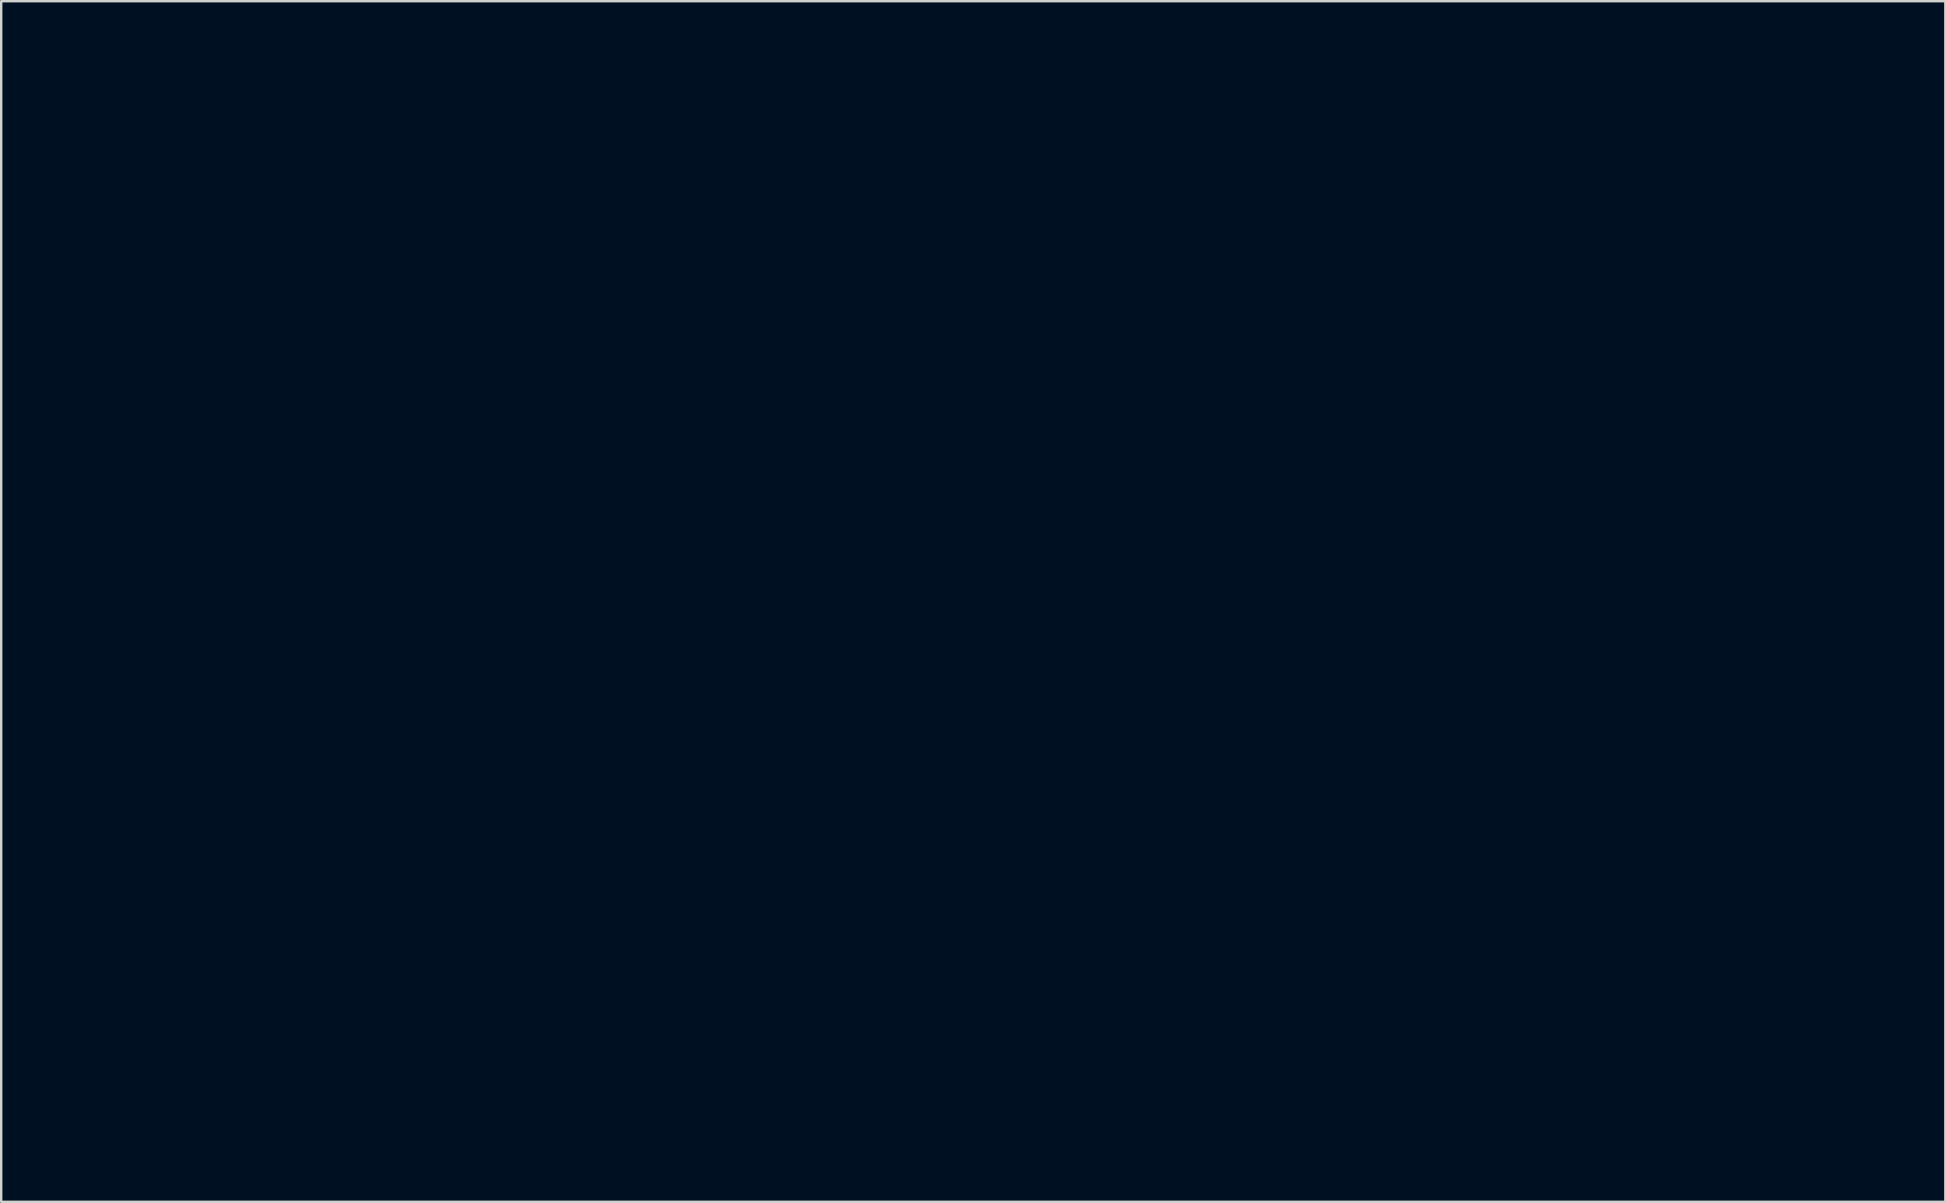
<source format=kicad_pcb>
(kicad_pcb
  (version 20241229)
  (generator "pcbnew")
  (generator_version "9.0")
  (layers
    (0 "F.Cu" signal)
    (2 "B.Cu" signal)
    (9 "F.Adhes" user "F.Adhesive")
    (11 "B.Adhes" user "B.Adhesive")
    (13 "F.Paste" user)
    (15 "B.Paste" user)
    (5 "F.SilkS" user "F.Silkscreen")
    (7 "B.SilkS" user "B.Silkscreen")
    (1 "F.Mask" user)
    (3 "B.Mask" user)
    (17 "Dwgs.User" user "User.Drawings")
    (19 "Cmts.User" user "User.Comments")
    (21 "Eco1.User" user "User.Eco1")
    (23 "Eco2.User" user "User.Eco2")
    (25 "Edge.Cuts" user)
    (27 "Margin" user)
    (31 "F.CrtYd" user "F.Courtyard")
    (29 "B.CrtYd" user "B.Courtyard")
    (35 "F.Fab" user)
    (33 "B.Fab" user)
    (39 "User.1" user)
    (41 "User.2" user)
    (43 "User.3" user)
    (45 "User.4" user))
  (footprint "Artwork_Ebay_2.42_inch_OLED_Display"
    (layer "F.Cu")
    (at 37.512 22.018)
    (property "Reference" "Artwork_Ebay_2.42_inch_OLED_Display" (at 0 -2 0) (layer "Eco1.User") (effects (font (size 1.524 1.524) (thickness 0.3))))
    (attr through_hole)
    (fp_poly (pts (xy 35.72 18.459) (xy 36.076 18.569) (xy 36.376 18.742) (xy 36.625 18.981) (xy 36.718 19.105) (xy 36.889 19.429) (xy 36.98 19.768) (xy 36.992 20.112) (xy 36.922 20.453) (xy 36.773 20.779) (xy 36.744 20.824) (xy 36.521 21.096) (xy 36.247 21.308) (xy 35.936 21.455) (xy 35.602 21.531) (xy 35.257 21.532) (xy 35.084 21.502) (xy 34.802 21.398) (xy 34.531 21.23) (xy 34.29 21.014) (xy 34.101 20.769) (xy 34.031 20.635) (xy 33.929 20.317) (xy 33.893 19.982) (xy 33.893 19.981) (xy 34.015 19.981) (xy 34.018 20.181) (xy 34.029 20.323) (xy 34.056 20.438) (xy 34.102 20.553) (xy 34.139 20.629) (xy 34.331 20.92) (xy 34.574 21.15) (xy 34.856 21.315) (xy 35.167 21.41) (xy 35.495 21.432) (xy 35.829 21.376) (xy 36.047 21.296) (xy 36.349 21.116) (xy 36.588 20.881) (xy 36.762 20.59) (xy 36.853 20.327) (xy 36.896 19.992) (xy 36.859 19.663) (xy 36.745 19.35) (xy 36.558 19.067) (xy 36.421 18.924) (xy 36.164 18.727) (xy 35.898 18.606) (xy 35.602 18.553) (xy 35.37 18.552) (xy 35.015 18.607) (xy 34.707 18.731) (xy 34.446 18.927) (xy 34.229 19.194) (xy 34.159 19.313) (xy 34.091 19.445) (xy 34.048 19.553) (xy 34.026 19.664) (xy 34.016 19.807) (xy 34.015 19.981) (xy 33.893 19.981) (xy 33.91 19.74) (xy 34.004 19.41) (xy 34.164 19.115) (xy 34.381 18.862) (xy 34.643 18.661) (xy 34.939 18.518) (xy 35.258 18.442) (xy 35.59 18.439) (xy 35.72 18.459)) (stroke (width 0.01) (type solid)) (fill no) (layer "Eco1.User"))
    (fp_poly (pts (xy -35.158 18.462) (xy -34.849 18.557) (xy -34.565 18.714) (xy -34.317 18.925) (xy -34.116 19.186) (xy -33.973 19.491) (xy -33.91 19.744) (xy -33.893 20.091) (xy -33.954 20.422) (xy -34.083 20.728) (xy -34.273 20.998) (xy -34.516 21.223) (xy -34.805 21.393) (xy -35.132 21.5) (xy -35.361 21.53) (xy -35.605 21.531) (xy -35.814 21.497) (xy -35.903 21.47) (xy -36.24 21.317) (xy -36.522 21.104) (xy -36.743 20.838) (xy -36.898 20.526) (xy -36.98 20.176) (xy -36.986 20.115) (xy -36.985 20.087) (xy -36.894 20.087) (xy -36.838 20.393) (xy -36.717 20.683) (xy -36.53 20.944) (xy -36.281 21.166) (xy -36.092 21.28) (xy -35.774 21.4) (xy -35.443 21.436) (xy -35.097 21.39) (xy -34.895 21.328) (xy -34.648 21.198) (xy -34.415 21.005) (xy -34.221 20.769) (xy -34.14 20.631) (xy -34.08 20.503) (xy -34.043 20.392) (xy -34.023 20.269) (xy -34.016 20.107) (xy -34.015 19.981) (xy -34.017 19.787) (xy -34.027 19.649) (xy -34.052 19.54) (xy -34.098 19.431) (xy -34.159 19.313) (xy -34.36 19.018) (xy -34.605 18.796) (xy -34.894 18.645) (xy -35.231 18.564) (xy -35.37 18.552) (xy -35.697 18.562) (xy -35.982 18.636) (xy -36.243 18.779) (xy -36.421 18.924) (xy -36.647 19.183) (xy -36.8 19.47) (xy -36.881 19.775) (xy -36.894 20.087) (xy -36.985 20.087) (xy -36.976 19.757) (xy -36.887 19.42) (xy -36.726 19.115) (xy -36.498 18.85) (xy -36.208 18.637) (xy -36.129 18.594) (xy -35.809 18.474) (xy -35.481 18.432) (xy -35.158 18.462)) (stroke (width 0.01) (type solid)) (fill no) (layer "Eco1.User"))
    (fp_poly (pts (xy 35.814 -21.491) (xy 36.106 -21.387) (xy 36.373 -21.228) (xy 36.605 -21.016) (xy 36.791 -20.757) (xy 36.922 -20.453) (xy 36.986 -20.115) (xy 36.976 -19.758) (xy 36.891 -19.424) (xy 36.735 -19.124) (xy 36.518 -18.867) (xy 36.245 -18.661) (xy 35.924 -18.516) (xy 35.71 -18.461) (xy 35.549 -18.433) (xy 35.433 -18.423) (xy 35.326 -18.429) (xy 35.188 -18.452) (xy 35.139 -18.461) (xy 34.814 -18.566) (xy 34.525 -18.738) (xy 34.28 -18.966) (xy 34.089 -19.239) (xy 33.957 -19.545) (xy 33.895 -19.873) (xy 33.899 -19.981) (xy 34.015 -19.981) (xy 34.018 -19.781) (xy 34.03 -19.639) (xy 34.056 -19.527) (xy 34.1 -19.419) (xy 34.129 -19.363) (xy 34.316 -19.071) (xy 34.54 -18.847) (xy 34.816 -18.678) (xy 35.003 -18.601) (xy 35.215 -18.555) (xy 35.469 -18.545) (xy 35.728 -18.57) (xy 35.957 -18.629) (xy 35.96 -18.63) (xy 36.253 -18.782) (xy 36.499 -18.995) (xy 36.691 -19.257) (xy 36.824 -19.553) (xy 36.889 -19.871) (xy 36.88 -20.196) (xy 36.853 -20.327) (xy 36.73 -20.654) (xy 36.543 -20.933) (xy 36.303 -21.157) (xy 36.019 -21.319) (xy 35.701 -21.412) (xy 35.36 -21.431) (xy 35.206 -21.415) (xy 34.875 -21.32) (xy 34.579 -21.154) (xy 34.33 -20.923) (xy 34.14 -20.637) (xy 34.132 -20.622) (xy 34.075 -20.496) (xy 34.04 -20.382) (xy 34.022 -20.252) (xy 34.015 -20.078) (xy 34.015 -19.981) (xy 33.899 -19.981) (xy 33.909 -20.211) (xy 33.909 -20.213) (xy 33.992 -20.533) (xy 34.135 -20.813) (xy 34.331 -21.056) (xy 34.597 -21.282) (xy 34.889 -21.435) (xy 35.195 -21.519) (xy 35.507 -21.536) (xy 35.814 -21.491)) (stroke (width 0.01) (type solid)) (fill no) (layer "Eco1.User"))
    (fp_poly (pts (xy -35.189 -21.518) (xy -34.882 -21.433) (xy -34.591 -21.278) (xy -34.331 -21.056) (xy -34.121 -20.791) (xy -33.983 -20.508) (xy -33.909 -20.213) (xy -33.894 -19.872) (xy -33.956 -19.543) (xy -34.087 -19.238) (xy -34.281 -18.967) (xy -34.529 -18.74) (xy -34.823 -18.568) (xy -35.157 -18.461) (xy -35.174 -18.458) (xy -35.326 -18.431) (xy -35.439 -18.422) (xy -35.547 -18.429) (xy -35.687 -18.455) (xy -35.772 -18.474) (xy -36.111 -18.59) (xy -36.406 -18.771) (xy -36.649 -19.009) (xy -36.832 -19.292) (xy -36.948 -19.613) (xy -36.992 -19.962) (xy -36.987 -20.101) (xy -36.889 -20.101) (xy -36.883 -19.802) (xy -36.813 -19.506) (xy -36.674 -19.224) (xy -36.464 -18.965) (xy -36.421 -18.924) (xy -36.186 -18.739) (xy -35.952 -18.622) (xy -35.692 -18.563) (xy -35.391 -18.554) (xy -35.196 -18.566) (xy -35.051 -18.589) (xy -34.922 -18.632) (xy -34.775 -18.704) (xy -34.765 -18.71) (xy -34.524 -18.863) (xy -34.335 -19.044) (xy -34.175 -19.279) (xy -34.131 -19.358) (xy -34.075 -19.475) (xy -34.041 -19.581) (xy -34.022 -19.705) (xy -34.016 -19.872) (xy -34.015 -19.981) (xy -34.018 -20.18) (xy -34.029 -20.323) (xy -34.055 -20.437) (xy -34.101 -20.552) (xy -34.14 -20.631) (xy -34.333 -20.922) (xy -34.58 -21.152) (xy -34.874 -21.316) (xy -35.205 -21.409) (xy -35.454 -21.429) (xy -35.79 -21.392) (xy -36.088 -21.287) (xy -36.346 -21.125) (xy -36.559 -20.915) (xy -36.723 -20.668) (xy -36.834 -20.393) (xy -36.889 -20.101) (xy -36.987 -20.101) (xy -36.986 -20.115) (xy -36.92 -20.46) (xy -36.788 -20.763) (xy -36.6 -21.021) (xy -36.368 -21.231) (xy -36.101 -21.39) (xy -35.808 -21.493) (xy -35.501 -21.537) (xy -35.189 -21.518)) (stroke (width 0.01) (type solid)) (fill no) (layer "Eco1.User"))
    (fp_poly (pts (xy 32.138 -19.844) (xy 32.316 -19.704) (xy 32.423 -19.545) (xy 32.512 -19.361) (xy 32.502 -0.078) (xy 32.491 19.205) (xy 32.372 19.361) (xy 32.344 19.401) (xy 32.322 19.437) (xy 32.303 19.47) (xy 32.281 19.5) (xy 32.253 19.526) (xy 32.216 19.549) (xy 32.164 19.57) (xy 32.095 19.588) (xy 32.004 19.604) (xy 31.887 19.618) (xy 31.74 19.63) (xy 31.559 19.64) (xy 31.341 19.648) (xy 31.081 19.655) (xy 30.776 19.66) (xy 30.421 19.665) (xy 30.012 19.668) (xy 29.546 19.671) (xy 29.019 19.674) (xy 28.426 19.676) (xy 27.763 19.678) (xy 27.027 19.68) (xy 26.214 19.683) (xy 25.465 19.685) (xy 18.902 19.706) (xy 18.733 19.798) (xy 18.533 19.934) (xy 18.37 20.114) (xy 18.232 20.35) (xy 18.111 20.657) (xy 18.102 20.684) (xy 17.993 20.909) (xy 17.835 21.078) (xy 17.682 21.164) (xy 17.639 21.168) (xy 17.533 21.172) (xy 17.361 21.176) (xy 17.124 21.179) (xy 16.82 21.182) (xy 16.448 21.186) (xy 16.007 21.188) (xy 15.497 21.191) (xy 14.916 21.194) (xy 14.264 21.196) (xy 13.539 21.198) (xy 12.74 21.2) (xy 11.867 21.202) (xy 10.918 21.203) (xy 9.892 21.204) (xy 8.789 21.206) (xy 7.608 21.206) (xy 6.347 21.207) (xy 5.006 21.208) (xy 3.583 21.208) (xy 2.078 21.209) (xy 0.489 21.209) (xy -0.035 21.209) (xy -1.498 21.209) (xy -2.879 21.209) (xy -4.18 21.208) (xy -5.403 21.208) (xy -6.552 21.208) (xy -7.627 21.208) (xy -8.632 21.207) (xy -9.569 21.207) (xy -10.44 21.206) (xy -11.247 21.205) (xy -11.994 21.204) (xy -12.682 21.203) (xy -13.314 21.202) (xy -13.891 21.201) (xy -14.418 21.199) (xy -14.895 21.197) (xy -15.325 21.196) (xy -15.71 21.193) (xy -16.054 21.191) (xy -16.358 21.189) (xy -16.624 21.186) (xy -16.855 21.183) (xy -17.054 21.18) (xy -17.222 21.177) (xy -17.363 21.173) (xy -17.478 21.169) (xy -17.57 21.165) (xy -17.64 21.161) (xy -17.693 21.156) (xy -17.729 21.151) (xy -17.752 21.146) (xy -17.759 21.143) (xy -17.859 21.085) (xy -17.934 21.021) (xy -17.997 20.933) (xy -18.062 20.8) (xy -18.135 20.622) (xy -18.266 20.327) (xy -18.398 20.104) (xy -18.541 19.941) (xy -18.704 19.826) (xy -18.738 19.808) (xy -18.944 19.706) (xy -32.025 19.664) (xy -32.175 19.571) (xy -32.294 19.471) (xy -32.4 19.342) (xy -32.419 19.311) (xy -32.512 19.144) (xy -32.491 -19.355) (xy -32.428 -19.355) (xy -32.417 -0.092) (xy -32.406 19.171) (xy -32.319 19.288) (xy -32.218 19.401) (xy -32.115 19.492) (xy -32.098 19.503) (xy -32.079 19.514) (xy -32.054 19.524) (xy -32.017 19.532) (xy -31.966 19.54) (xy -31.897 19.547) (xy -31.804 19.553) (xy -31.685 19.559) (xy -31.536 19.563) (xy -31.351 19.568) (xy -31.128 19.572) (xy -30.863 19.575) (xy -30.55 19.578) (xy -30.187 19.581) (xy -29.77 19.584) (xy -29.294 19.586) (xy -28.755 19.589) (xy -28.15 19.591) (xy -27.474 19.594) (xy -26.723 19.596) (xy -25.894 19.599) (xy -25.425 19.6) (xy -18.853 19.622) (xy -18.646 19.749) (xy -18.401 19.947) (xy -18.21 20.206) (xy -18.076 20.512) (xy -18.008 20.681) (xy -17.925 20.839) (xy -17.856 20.938) (xy -17.729 21.082) (xy -0.026 21.082) (xy 1.44 21.082) (xy 2.825 21.082) (xy 4.129 21.082) (xy 5.355 21.082) (xy 6.507 21.081) (xy 7.585 21.081) (xy 8.594 21.081) (xy 9.533 21.08) (xy 10.407 21.079) (xy 11.218 21.079) (xy 11.968 21.078) (xy 12.658 21.077) (xy 13.293 21.076) (xy 13.873 21.074) (xy 14.402 21.073) (xy 14.882 21.071) (xy 15.314 21.069) (xy 15.702 21.067) (xy 16.048 21.065) (xy 16.354 21.063) (xy 16.622 21.06) (xy 16.855 21.057) (xy 17.056 21.054) (xy 17.226 21.051) (xy 17.367 21.047) (xy 17.484 21.043) (xy 17.576 21.039) (xy 17.648 21.035) (xy 17.701 21.03) (xy 17.738 21.025) (xy 17.761 21.02) (xy 17.771 21.016) (xy 17.879 20.899) (xy 17.986 20.702) (xy 18.091 20.429) (xy 18.094 20.419) (xy 18.21 20.18) (xy 18.385 19.957) (xy 18.598 19.777) (xy 18.731 19.7) (xy 18.944 19.601) (xy 31.898 19.599) (xy 32.068 19.504) (xy 32.242 19.359) (xy 32.332 19.22) (xy 32.428 19.031) (xy 32.417 -0.197) (xy 32.406 -19.425) (xy 32.318 -19.544) (xy 32.22 -19.651) (xy 32.1 -19.751) (xy 32.089 -19.759) (xy 31.949 -19.854) (xy -31.929 -19.854) (xy -32.088 -19.765) (xy -32.216 -19.666) (xy -32.324 -19.538) (xy -32.338 -19.515) (xy -32.428 -19.355) (xy -32.491 -19.355) (xy -32.491 -19.501) (xy -32.377 -19.651) (xy -32.263 -19.768) (xy -32.128 -19.866) (xy -32.102 -19.88) (xy -32.09 -19.885) (xy -32.076 -19.89) (xy -32.056 -19.894) (xy -32.03 -19.899) (xy -31.995 -19.903) (xy -31.949 -19.907) (xy -31.891 -19.911) (xy -31.819 -19.914) (xy -31.732 -19.918) (xy -31.626 -19.921) (xy -31.502 -19.924) (xy -31.356 -19.927) (xy -31.187 -19.929) (xy -30.993 -19.932) (xy -30.773 -19.934) (xy -30.525 -19.937) (xy -30.246 -19.939) (xy -29.936 -19.941) (xy -29.592 -19.943) (xy -29.212 -19.945) (xy -28.795 -19.946) (xy -28.339 -19.948) (xy -27.842 -19.949) (xy -27.303 -19.95) (xy -26.719 -19.952) (xy -26.089 -19.953) (xy -25.411 -19.954) (xy -24.683 -19.955) (xy -23.904 -19.955) (xy -23.071 -19.956) (xy -22.184 -19.957) (xy -21.239 -19.957) (xy -20.235 -19.958) (xy -19.171 -19.958) (xy -18.045 -19.959) (xy -16.855 -19.959) (xy -15.598 -19.959) (xy -14.275 -19.96) (xy -12.881 -19.96) (xy -11.417 -19.96) (xy -9.879 -19.96) (xy -8.267 -19.96) (xy -6.578 -19.96) (xy -4.811 -19.96) (xy -2.963 -19.96) (xy -1.034 -19.96) (xy 0 -19.96) (xy 31.941 -19.96) (xy 32.138 -19.844)) (stroke (width 0.01) (type solid)) (fill no) (layer "Eco1.User"))
    (fp_poly (pts (xy 1.887 -18.034) (xy 3.726 -18.034) (xy 5.484 -18.034) (xy 7.162 -18.034) (xy 8.763 -18.034) (xy 10.289 -18.033) (xy 11.74 -18.033) (xy 13.119 -18.033) (xy 14.427 -18.032) (xy 15.667 -18.032) (xy 16.84 -18.031) (xy 17.948 -18.031) (xy 18.992 -18.03) (xy 19.975 -18.029) (xy 20.898 -18.028) (xy 21.763 -18.027) (xy 22.572 -18.026) (xy 23.326 -18.025) (xy 24.028 -18.024) (xy 24.679 -18.023) (xy 25.281 -18.021) (xy 25.835 -18.02) (xy 26.344 -18.018) (xy 26.809 -18.017) (xy 27.232 -18.015) (xy 27.614 -18.013) (xy 27.959 -18.011) (xy 28.266 -18.008) (xy 28.539 -18.006) (xy 28.779 -18.003) (xy 28.987 -18.001) (xy 29.165 -17.998) (xy 29.316 -17.995) (xy 29.441 -17.992) (xy 29.541 -17.989) (xy 29.62 -17.985) (xy 29.677 -17.982) (xy 29.715 -17.978) (xy 29.737 -17.974) (xy 29.74 -17.973) (xy 29.862 -17.894) (xy 29.964 -17.782) (xy 29.971 -17.772) (xy 29.979 -17.759) (xy 29.986 -17.744) (xy 29.992 -17.724) (xy 29.999 -17.697) (xy 30.005 -17.661) (xy 30.01 -17.611) (xy 30.015 -17.547) (xy 30.02 -17.465) (xy 30.024 -17.362) (xy 30.028 -17.237) (xy 30.032 -17.086) (xy 30.035 -16.907) (xy 30.038 -16.696) (xy 30.041 -16.453) (xy 30.043 -16.173) (xy 30.045 -15.855) (xy 30.047 -15.495) (xy 30.049 -15.091) (xy 30.05 -14.641) (xy 30.051 -14.141) (xy 30.053 -13.59) (xy 30.053 -12.984) (xy 30.054 -12.321) (xy 30.055 -11.598) (xy 30.055 -10.813) (xy 30.056 -9.963) (xy 30.056 -9.045) (xy 30.056 -8.058) (xy 30.056 -6.997) (xy 30.056 -5.861) (xy 30.056 -4.647) (xy 30.056 -3.352) (xy 30.057 -2.654) (xy 30.056 -1.3) (xy 30.056 -0.027) (xy 30.056 1.165) (xy 30.056 2.281) (xy 30.056 3.322) (xy 30.055 4.291) (xy 30.054 5.19) (xy 30.054 6.023) (xy 30.053 6.79) (xy 30.052 7.496) (xy 30.051 8.142) (xy 30.049 8.731) (xy 30.048 9.265) (xy 30.046 9.747) (xy 30.044 10.18) (xy 30.042 10.566) (xy 30.039 10.907) (xy 30.037 11.207) (xy 30.034 11.466) (xy 30.031 11.689) (xy 30.027 11.878) (xy 30.023 12.034) (xy 30.019 12.161) (xy 30.015 12.261) (xy 30.011 12.337) (xy 30.006 12.391) (xy 30 12.425) (xy 29.995 12.442) (xy 29.914 12.553) (xy 29.815 12.641) (xy 29.807 12.646) (xy 29.794 12.651) (xy 29.777 12.656) (xy 29.753 12.66) (xy 29.72 12.664) (xy 29.676 12.668) (xy 29.619 12.672) (xy 29.548 12.676) (xy 29.461 12.68) (xy 29.356 12.683) (xy 29.23 12.686) (xy 29.083 12.689) (xy 28.912 12.692) (xy 28.716 12.695) (xy 28.492 12.697) (xy 28.239 12.699) (xy 27.954 12.702) (xy 27.637 12.704) (xy 27.285 12.706) (xy 26.896 12.707) (xy 26.469 12.709) (xy 26.001 12.711) (xy 25.491 12.712) (xy 24.937 12.714) (xy 24.337 12.715) (xy 23.689 12.716) (xy 22.991 12.717) (xy 22.242 12.718) (xy 21.44 12.719) (xy 20.582 12.72) (xy 19.668 12.721) (xy 18.694 12.722) (xy 17.66 12.722) (xy 16.562 12.723) (xy 15.401 12.724) (xy 14.173 12.724) (xy 12.877 12.725) (xy 11.511 12.725) (xy 10.073 12.726) (xy 8.561 12.726) (xy 6.973 12.726) (xy 5.308 12.727) (xy 3.564 12.727) (xy 1.738 12.728) (xy 0.064 12.728) (xy -1.556 12.729) (xy -3.151 12.729) (xy -4.721 12.729) (xy -6.262 12.729) (xy -7.772 12.729) (xy -9.251 12.729) (xy -10.695 12.728) (xy -12.102 12.728) (xy -13.471 12.727) (xy -14.8 12.727) (xy -16.086 12.726) (xy -17.327 12.725) (xy -18.521 12.725) (xy -19.667 12.724) (xy -20.761 12.723) (xy -21.803 12.722) (xy -22.79 12.721) (xy -23.72 12.719) (xy -24.591 12.718) (xy -25.4 12.717) (xy -26.147 12.715) (xy -26.828 12.714) (xy -27.442 12.712) (xy -27.986 12.71) (xy -28.459 12.709) (xy -28.859 12.707) (xy -29.183 12.705) (xy -29.429 12.703) (xy -29.596 12.701) (xy -29.681 12.699) (xy -29.692 12.699) (xy -29.87 12.604) (xy -30.003 12.449) (xy -30.056 12.322) (xy -30.061 12.264) (xy -30.065 12.122) (xy -30.069 11.897) (xy -30.072 11.588) (xy -30.075 11.197) (xy -30.079 10.724) (xy -30.082 10.169) (xy -30.084 9.533) (xy -30.087 8.817) (xy -30.089 8.022) (xy -30.091 7.146) (xy -30.093 6.192) (xy -30.094 5.16) (xy -30.096 4.05) (xy -30.097 2.862) (xy -30.098 1.598) (xy -30.098 0.258) (xy -30.099 -1.158) (xy -30.099 -2.649) (xy -30.099 -2.688) (xy -30.099 -4.023) (xy -30.099 -5.275) (xy -30.099 -6.448) (xy -30.098 -7.544) (xy -30.098 -8.566) (xy -30.098 -9.517) (xy -30.097 -10.398) (xy -30.097 -11.213) (xy -30.096 -11.965) (xy -30.095 -12.655) (xy -30.094 -13.288) (xy -30.093 -13.864) (xy -30.092 -14.387) (xy -30.09 -14.859) (xy -30.089 -15.284) (xy -30.087 -15.663) (xy -30.085 -16) (xy -30.082 -16.296) (xy -30.079 -16.555) (xy -30.077 -16.78) (xy -30.073 -16.972) (xy -30.07 -17.134) (xy -30.066 -17.27) (xy -30.062 -17.381) (xy -30.057 -17.471) (xy -30.052 -17.541) (xy -30.047 -17.595) (xy -30.042 -17.635) (xy -30.037 -17.66) (xy -29.972 -17.66) (xy -29.972 12.37) (xy -29.709 12.615) (xy 29.684 12.615) (xy 29.828 12.471) (xy 29.972 12.327) (xy 29.972 -2.623) (xy 29.972 -3.97) (xy 29.972 -5.235) (xy 29.972 -6.42) (xy 29.972 -7.529) (xy 29.972 -8.563) (xy 29.972 -9.525) (xy 29.972 -10.419) (xy 29.971 -11.246) (xy 29.971 -12.009) (xy 29.97 -12.71) (xy 29.969 -13.353) (xy 29.967 -13.939) (xy 29.965 -14.472) (xy 29.963 -14.954) (xy 29.96 -15.388) (xy 29.957 -15.775) (xy 29.953 -16.12) (xy 29.948 -16.423) (xy 29.944 -16.689) (xy 29.938 -16.919) (xy 29.932 -17.116) (xy 29.925 -17.283) (xy 29.917 -17.423) (xy 29.908 -17.537) (xy 29.899 -17.628) (xy 29.889 -17.7) (xy 29.878 -17.754) (xy 29.866 -17.793) (xy 29.853 -17.821) (xy 29.839 -17.838) (xy 29.824 -17.849) (xy 29.807 -17.855) (xy 29.79 -17.859) (xy 29.772 -17.864) (xy 29.752 -17.873) (xy 29.749 -17.874) (xy 29.73 -17.878) (xy 29.683 -17.881) (xy 29.606 -17.884) (xy 29.499 -17.888) (xy 29.36 -17.891) (xy 29.186 -17.893) (xy 28.977 -17.896) (xy 28.73 -17.899) (xy 28.444 -17.902) (xy 28.118 -17.904) (xy 27.75 -17.906) (xy 27.337 -17.909) (xy 26.879 -17.911) (xy 26.374 -17.913) (xy 25.82 -17.915) (xy 25.216 -17.917) (xy 24.56 -17.918) (xy 23.85 -17.92) (xy 23.084 -17.922) (xy 22.262 -17.923) (xy 21.381 -17.925) (xy 20.44 -17.926) (xy 19.437 -17.927) (xy 18.37 -17.929) (xy 17.239 -17.93) (xy 16.04 -17.931) (xy 14.773 -17.932) (xy 13.436 -17.933) (xy 12.028 -17.934) (xy 10.546 -17.935) (xy 8.989 -17.936) (xy 7.356 -17.937) (xy 5.644 -17.938) (xy 3.852 -17.939) (xy 1.979 -17.94) (xy 0.148 -17.94) (xy -1.431 -17.941) (xy -2.989 -17.942) (xy -4.525 -17.942) (xy -6.035 -17.942) (xy -7.519 -17.943) (xy -8.974 -17.943) (xy -10.397 -17.943) (xy -11.787 -17.943) (xy -13.142 -17.943) (xy -14.458 -17.943) (xy -15.735 -17.943) (xy -16.97 -17.943) (xy -18.16 -17.942) (xy -19.304 -17.942) (xy -20.399 -17.941) (xy -21.443 -17.941) (xy -22.435 -17.94) (xy -23.371 -17.94) (xy -24.25 -17.939) (xy -25.07 -17.938) (xy -25.828 -17.937) (xy -26.522 -17.936) (xy -27.15 -17.936) (xy -27.71 -17.934) (xy -28.2 -17.933) (xy -28.618 -17.932) (xy -28.961 -17.931) (xy -29.227 -17.93) (xy -29.414 -17.928) (xy -29.52 -17.927) (xy -29.545 -17.926) (xy -29.746 -17.86) (xy -29.852 -17.78) (xy -29.972 -17.66) (xy -30.037 -17.66) (xy -30.036 -17.664) (xy -30.029 -17.685) (xy -30.025 -17.694) (xy -29.938 -17.819) (xy -29.822 -17.928) (xy -29.807 -17.938) (xy -29.663 -18.034) (xy -0.035 -18.034) (xy 1.887 -18.034)) (stroke (width 0.01) (type solid)) (fill no) (layer "Eco1.User"))
    (fp_poly (pts (xy 4.188 -22.013) (xy 6.159 -22.013) (xy 8.051 -22.013) (xy 9.864 -22.013) (xy 11.601 -22.013) (xy 13.263 -22.013) (xy 14.852 -22.013) (xy 16.37 -22.013) (xy 17.818 -22.013) (xy 19.197 -22.012) (xy 20.51 -22.012) (xy 21.759 -22.012) (xy 22.944 -22.012) (xy 24.067 -22.011) (xy 25.13 -22.011) (xy 26.136 -22.01) (xy 27.084 -22.01) (xy 27.978 -22.009) (xy 28.818 -22.008) (xy 29.607 -22.008) (xy 30.346 -22.007) (xy 31.036 -22.006) (xy 31.679 -22.005) (xy 32.278 -22.004) (xy 32.833 -22.002) (xy 33.346 -22.001) (xy 33.819 -22) (xy 34.254 -21.998) (xy 34.652 -21.996) (xy 35.014 -21.995) (xy 35.343 -21.993) (xy 35.641 -21.991) (xy 35.908 -21.989) (xy 36.146 -21.986) (xy 36.358 -21.984) (xy 36.544 -21.982) (xy 36.707 -21.979) (xy 36.847 -21.976) (xy 36.967 -21.973) (xy 37.069 -21.97) (xy 37.154 -21.967) (xy 37.223 -21.964) (xy 37.278 -21.96) (xy 37.322 -21.956) (xy 37.355 -21.952) (xy 37.379 -21.948) (xy 37.396 -21.944) (xy 37.408 -21.94) (xy 37.415 -21.935) (xy 37.421 -21.93) (xy 37.423 -21.929) (xy 37.429 -21.922) (xy 37.435 -21.913) (xy 37.441 -21.9) (xy 37.446 -21.881) (xy 37.451 -21.853) (xy 37.456 -21.814) (xy 37.46 -21.763) (xy 37.465 -21.696) (xy 37.468 -21.612) (xy 37.472 -21.509) (xy 37.476 -21.385) (xy 37.479 -21.237) (xy 37.482 -21.063) (xy 37.485 -20.861) (xy 37.487 -20.629) (xy 37.49 -20.364) (xy 37.492 -20.066) (xy 37.494 -19.73) (xy 37.496 -19.356) (xy 37.497 -18.941) (xy 37.499 -18.483) (xy 37.5 -17.979) (xy 37.501 -17.428) (xy 37.502 -16.828) (xy 37.503 -16.175) (xy 37.504 -15.469) (xy 37.505 -14.707) (xy 37.505 -13.887) (xy 37.506 -13.006) (xy 37.506 -12.062) (xy 37.507 -11.054) (xy 37.507 -9.98) (xy 37.507 -8.836) (xy 37.507 -7.62) (xy 37.507 -6.332) (xy 37.507 -4.968) (xy 37.507 -3.526) (xy 37.507 -2.005) (xy 37.507 -0.402) (xy 37.507 0) (xy 37.507 1.624) (xy 37.507 3.165) (xy 37.507 4.626) (xy 37.507 6.008) (xy 37.507 7.315) (xy 37.507 8.547) (xy 37.507 9.708) (xy 37.507 10.8) (xy 37.506 11.824) (xy 37.506 12.783) (xy 37.505 13.679) (xy 37.505 14.513) (xy 37.504 15.29) (xy 37.503 16.009) (xy 37.503 16.674) (xy 37.502 17.287) (xy 37.5 17.85) (xy 37.499 18.365) (xy 37.498 18.834) (xy 37.496 19.259) (xy 37.494 19.643) (xy 37.492 19.988) (xy 37.49 20.295) (xy 37.488 20.568) (xy 37.485 20.807) (xy 37.483 21.017) (xy 37.48 21.197) (xy 37.476 21.351) (xy 37.473 21.481) (xy 37.469 21.589) (xy 37.466 21.677) (xy 37.461 21.748) (xy 37.457 21.803) (xy 37.452 21.844) (xy 37.447 21.875) (xy 37.442 21.896) (xy 37.436 21.91) (xy 37.43 21.92) (xy 37.424 21.927) (xy 37.423 21.929) (xy 37.417 21.934) (xy 37.411 21.938) (xy 37.401 21.943) (xy 37.386 21.947) (xy 37.364 21.951) (xy 37.335 21.955) (xy 37.295 21.959) (xy 37.244 21.962) (xy 37.18 21.966) (xy 37.102 21.969) (xy 37.006 21.972) (xy 36.893 21.975) (xy 36.76 21.978) (xy 36.605 21.981) (xy 36.428 21.983) (xy 36.226 21.986) (xy 35.997 21.988) (xy 35.741 21.99) (xy 35.454 21.992) (xy 35.137 21.994) (xy 34.787 21.996) (xy 34.402 21.997) (xy 33.981 21.999) (xy 33.522 22) (xy 33.023 22.002) (xy 32.483 22.003) (xy 31.901 22.004) (xy 31.274 22.005) (xy 30.601 22.006) (xy 29.88 22.007) (xy 29.109 22.008) (xy 28.288 22.009) (xy 27.414 22.009) (xy 26.485 22.01) (xy 25.5 22.011) (xy 24.458 22.011) (xy 23.357 22.011) (xy 22.194 22.012) (xy 20.969 22.012) (xy 19.679 22.012) (xy 18.324 22.013) (xy 16.901 22.013) (xy 15.409 22.013) (xy 13.846 22.013) (xy 12.21 22.013) (xy 10.5 22.013) (xy 8.715 22.013) (xy 6.852 22.013) (xy 4.91 22.013) (xy 2.887 22.013) (xy 0.781 22.013) (xy 0 22.013) (xy -2.136 22.013) (xy -4.188 22.013) (xy -6.159 22.013) (xy -8.051 22.013) (xy -9.864 22.013) (xy -11.601 22.013) (xy -13.263 22.013) (xy -14.852 22.013) (xy -16.37 22.013) (xy -17.818 22.013) (xy -19.197 22.012) (xy -20.51 22.012) (xy -21.759 22.012) (xy -22.944 22.012) (xy -24.067 22.011) (xy -25.13 22.011) (xy -26.136 22.01) (xy -27.084 22.01) (xy -27.978 22.009) (xy -28.818 22.008) (xy -29.607 22.008) (xy -30.346 22.007) (xy -31.036 22.006) (xy -31.679 22.005) (xy -32.278 22.004) (xy -32.833 22.002) (xy -33.346 22.001) (xy -33.819 22) (xy -34.254 21.998) (xy -34.652 21.996) (xy -35.014 21.995) (xy -35.343 21.993) (xy -35.641 21.991) (xy -35.908 21.989) (xy -36.146 21.986) (xy -36.358 21.984) (xy -36.544 21.982) (xy -36.707 21.979) (xy -36.847 21.976) (xy -36.967 21.973) (xy -37.069 21.97) (xy -37.154 21.967) (xy -37.223 21.964) (xy -37.278 21.96) (xy -37.322 21.956) (xy -37.355 21.952) (xy -37.379 21.948) (xy -37.396 21.944) (xy -37.408 21.94) (xy -37.415 21.935) (xy -37.421 21.93) (xy -37.423 21.929) (xy -37.429 21.922) (xy -37.435 21.913) (xy -37.441 21.9) (xy -37.446 21.881) (xy -37.451 21.853) (xy -37.456 21.814) (xy -37.46 21.763) (xy -37.465 21.696) (xy -37.468 21.612) (xy -37.472 21.509) (xy -37.476 21.385) (xy -37.479 21.237) (xy -37.482 21.063) (xy -37.485 20.861) (xy -37.487 20.629) (xy -37.49 20.364) (xy -37.492 20.066) (xy -37.494 19.73) (xy -37.496 19.356) (xy -37.497 18.941) (xy -37.499 18.483) (xy -37.5 17.979) (xy -37.501 17.428) (xy -37.502 16.828) (xy -37.503 16.175) (xy -37.504 15.469) (xy -37.505 14.707) (xy -37.505 13.887) (xy -37.506 13.006) (xy -37.506 12.062) (xy -37.507 11.054) (xy -37.507 9.98) (xy -37.507 8.836) (xy -37.507 7.62) (xy -37.507 6.332) (xy -37.507 4.968) (xy -37.507 3.526) (xy -37.507 2.005) (xy -37.507 0.402) (xy -37.507 0) (xy -37.507 -0.007) (xy -37.423 -0.007) (xy -37.423 1.619) (xy -37.423 3.163) (xy -37.423 4.627) (xy -37.422 6.012) (xy -37.422 7.321) (xy -37.422 8.557) (xy -37.422 9.72) (xy -37.421 10.814) (xy -37.421 11.84) (xy -37.42 12.801) (xy -37.42 13.699) (xy -37.419 14.536) (xy -37.418 15.313) (xy -37.417 16.034) (xy -37.416 16.7) (xy -37.415 17.313) (xy -37.414 17.877) (xy -37.412 18.391) (xy -37.411 18.86) (xy -37.409 19.285) (xy -37.407 19.668) (xy -37.405 20.011) (xy -37.403 20.317) (xy -37.4 20.587) (xy -37.398 20.824) (xy -37.395 21.03) (xy -37.392 21.207) (xy -37.389 21.357) (xy -37.385 21.483) (xy -37.381 21.586) (xy -37.378 21.668) (xy -37.373 21.732) (xy -37.369 21.78) (xy -37.364 21.814) (xy -37.36 21.836) (xy -37.354 21.849) (xy -37.353 21.851) (xy -37.347 21.856) (xy -37.337 21.86) (xy -37.32 21.864) (xy -37.296 21.868) (xy -37.263 21.872) (xy -37.218 21.875) (xy -37.161 21.879) (xy -37.09 21.882) (xy -37.002 21.885) (xy -36.897 21.888) (xy -36.773 21.891) (xy -36.627 21.894) (xy -36.459 21.896) (xy -36.267 21.899) (xy -36.049 21.901) (xy -35.804 21.903) (xy -35.529 21.906) (xy -35.224 21.907) (xy -34.886 21.909) (xy -34.514 21.911) (xy -34.106 21.913) (xy -33.661 21.914) (xy -33.177 21.916) (xy -32.652 21.917) (xy -32.084 21.918) (xy -31.473 21.919) (xy -30.816 21.92) (xy -30.112 21.921) (xy -29.359 21.922) (xy -28.555 21.923) (xy -27.699 21.924) (xy -26.789 21.925) (xy -25.824 21.925) (xy -24.801 21.926) (xy -23.72 21.926) (xy -22.578 21.927) (xy -21.374 21.927) (xy -20.106 21.927) (xy -18.773 21.928) (xy -17.373 21.928) (xy -15.904 21.928) (xy -14.365 21.928) (xy -12.753 21.928) (xy -11.068 21.928) (xy -9.308 21.929) (xy -7.471 21.929) (xy -5.555 21.929) (xy -3.559 21.929) (xy -1.481 21.929) (xy -0.015 21.929) (xy 2.119 21.929) (xy 4.169 21.929) (xy 6.139 21.929) (xy 8.028 21.929) (xy 9.839 21.929) (xy 11.574 21.929) (xy 13.234 21.928) (xy 14.821 21.928) (xy 16.337 21.928) (xy 17.783 21.928) (xy 19.161 21.928) (xy 20.472 21.928) (xy 21.718 21.927) (xy 22.901 21.927) (xy 24.023 21.927) (xy 25.084 21.926) (xy 26.088 21.926) (xy 27.034 21.925) (xy 27.926 21.924) (xy 28.765 21.924) (xy 29.552 21.923) (xy 30.289 21.922) (xy 30.977 21.921) (xy 31.619 21.92) (xy 32.216 21.919) (xy 32.77 21.918) (xy 33.281 21.916) (xy 33.753 21.915) (xy 34.186 21.913) (xy 34.583 21.912) (xy 34.944 21.91) (xy 35.272 21.908) (xy 35.568 21.906) (xy 35.834 21.904) (xy 36.071 21.902) (xy 36.282 21.899) (xy 36.467 21.897) (xy 36.628 21.894) (xy 36.768 21.891) (xy 36.888 21.889) (xy 36.989 21.885) (xy 37.072 21.882) (xy 37.141 21.879) (xy 37.196 21.875) (xy 37.239 21.872) (xy 37.271 21.868) (xy 37.295 21.864) (xy 37.312 21.859) (xy 37.323 21.855) (xy 37.331 21.85) (xy 37.336 21.846) (xy 37.338 21.844) (xy 37.344 21.837) (xy 37.35 21.828) (xy 37.356 21.815) (xy 37.361 21.796) (xy 37.366 21.768) (xy 37.371 21.729) (xy 37.376 21.678) (xy 37.38 21.611) (xy 37.384 21.527) (xy 37.388 21.424) (xy 37.391 21.299) (xy 37.394 21.151) (xy 37.397 20.976) (xy 37.4 20.774) (xy 37.403 20.541) (xy 37.405 20.276) (xy 37.407 19.977) (xy 37.409 19.641) (xy 37.411 19.266) (xy 37.413 18.85) (xy 37.414 18.39) (xy 37.415 17.886) (xy 37.417 17.334) (xy 37.418 16.732) (xy 37.419 16.078) (xy 37.419 15.371) (xy 37.42 14.607) (xy 37.421 13.785) (xy 37.421 12.902) (xy 37.422 11.956) (xy 37.422 10.946) (xy 37.422 9.869) (xy 37.422 8.723) (xy 37.422 7.505) (xy 37.423 6.214) (xy 37.423 4.847) (xy 37.423 3.402) (xy 37.423 1.877) (xy 37.423 0.27) (xy 37.423 0.009) (xy 37.423 -1.621) (xy 37.423 -3.169) (xy 37.422 -4.636) (xy 37.422 -6.025) (xy 37.422 -7.338) (xy 37.422 -8.577) (xy 37.422 -9.744) (xy 37.421 -10.841) (xy 37.421 -11.871) (xy 37.42 -12.835) (xy 37.419 -13.735) (xy 37.419 -14.574) (xy 37.418 -15.354) (xy 37.417 -16.077) (xy 37.416 -16.745) (xy 37.414 -17.36) (xy 37.413 -17.924) (xy 37.411 -18.44) (xy 37.41 -18.91) (xy 37.408 -19.335) (xy 37.406 -19.717) (xy 37.404 -20.06) (xy 37.401 -20.365) (xy 37.399 -20.634) (xy 37.396 -20.869) (xy 37.393 -21.073) (xy 37.39 -21.247) (xy 37.387 -21.393) (xy 37.383 -21.515) (xy 37.38 -21.613) (xy 37.376 -21.691) (xy 37.372 -21.749) (xy 37.367 -21.791) (xy 37.363 -21.818) (xy 37.358 -21.833) (xy 37.357 -21.835) (xy 37.291 -21.929) (xy 0.012 -21.929) (xy -2.129 -21.929) (xy -4.186 -21.929) (xy -6.162 -21.929) (xy -8.058 -21.929) (xy -9.877 -21.928) (xy -11.618 -21.928) (xy -13.285 -21.928) (xy -14.878 -21.928) (xy -16.4 -21.928) (xy -17.852 -21.927) (xy -19.236 -21.927) (xy -20.553 -21.927) (xy -21.805 -21.926) (xy -22.993 -21.926) (xy -24.12 -21.925) (xy -25.187 -21.925) (xy -26.195 -21.924) (xy -27.146 -21.924) (xy -28.042 -21.923) (xy -28.885 -21.922) (xy -29.675 -21.921) (xy -30.415 -21.92) (xy -31.106 -21.919) (xy -31.751 -21.918) (xy -32.35 -21.917) (xy -32.905 -21.915) (xy -33.418 -21.914) (xy -33.89 -21.912) (xy -34.324 -21.911) (xy -34.72 -21.909) (xy -35.081 -21.907) (xy -35.407 -21.905) (xy -35.702 -21.903) (xy -35.965 -21.901) (xy -36.2 -21.899) (xy -36.407 -21.896) (xy -36.588 -21.894) (xy -36.745 -21.891) (xy -36.88 -21.888) (xy -36.993 -21.885) (xy -37.088 -21.882) (xy -37.165 -21.879) (xy -37.225 -21.876) (xy -37.272 -21.872) (xy -37.306 -21.869) (xy -37.328 -21.865) (xy -37.341 -21.861) (xy -37.345 -21.859) (xy -37.351 -21.852) (xy -37.356 -21.839) (xy -37.362 -21.82) (xy -37.367 -21.792) (xy -37.371 -21.752) (xy -37.376 -21.699) (xy -37.38 -21.629) (xy -37.384 -21.542) (xy -37.387 -21.435) (xy -37.391 -21.306) (xy -37.394 -21.152) (xy -37.397 -20.972) (xy -37.4 -20.763) (xy -37.402 -20.524) (xy -37.404 -20.251) (xy -37.407 -19.943) (xy -37.409 -19.598) (xy -37.41 -19.213) (xy -37.412 -18.787) (xy -37.414 -18.317) (xy -37.415 -17.801) (xy -37.416 -17.237) (xy -37.417 -16.622) (xy -37.418 -15.955) (xy -37.419 -15.234) (xy -37.42 -14.456) (xy -37.42 -13.619) (xy -37.421 -12.72) (xy -37.421 -11.759) (xy -37.422 -10.732) (xy -37.422 -9.638) (xy -37.422 -8.474) (xy -37.422 -7.238) (xy -37.423 -5.929) (xy -37.423 -4.543) (xy -37.423 -3.078) (xy -37.423 -1.534) (xy -37.423 -0.007) (xy -37.507 -0.007) (xy -37.507 -1.624) (xy -37.507 -3.165) (xy -37.507 -4.626) (xy -37.507 -6.008) (xy -37.507 -7.315) (xy -37.507 -8.547) (xy -37.507 -9.708) (xy -37.507 -10.8) (xy -37.506 -11.824) (xy -37.506 -12.783) (xy -37.505 -13.679) (xy -37.505 -14.513) (xy -37.504 -15.29) (xy -37.503 -16.009) (xy -37.503 -16.674) (xy -37.502 -17.287) (xy -37.5 -17.85) (xy -37.499 -18.365) (xy -37.498 -18.834) (xy -37.496 -19.259) (xy -37.494 -19.643) (xy -37.492 -19.988) (xy -37.49 -20.295) (xy -37.488 -20.568) (xy -37.485 -20.807) (xy -37.483 -21.017) (xy -37.48 -21.197) (xy -37.476 -21.351) (xy -37.473 -21.481) (xy -37.469 -21.589) (xy -37.466 -21.678) (xy -37.461 -21.748) (xy -37.457 -21.803) (xy -37.452 -21.844) (xy -37.447 -21.875) (xy -37.442 -21.896) (xy -37.436 -21.91) (xy -37.43 -21.92) (xy -37.424 -21.927) (xy -37.423 -21.929) (xy -37.417 -21.934) (xy -37.411 -21.938) (xy -37.401 -21.943) (xy -37.386 -21.947) (xy -37.364 -21.951) (xy -37.335 -21.955) (xy -37.295 -21.959) (xy -37.244 -21.962) (xy -37.18 -21.966) (xy -37.102 -21.969) (xy -37.006 -21.972) (xy -36.893 -21.975) (xy -36.76 -21.978) (xy -36.605 -21.981) (xy -36.428 -21.983) (xy -36.226 -21.986) (xy -35.997 -21.988) (xy -35.741 -21.99) (xy -35.454 -21.992) (xy -35.137 -21.994) (xy -34.787 -21.996) (xy -34.402 -21.997) (xy -33.981 -21.999) (xy -33.522 -22) (xy -33.023 -22.002) (xy -32.483 -22.003) (xy -31.901 -22.004) (xy -31.274 -22.005) (xy -30.601 -22.006) (xy -29.88 -22.007) (xy -29.109 -22.008) (xy -28.288 -22.009) (xy -27.414 -22.009) (xy -26.485 -22.01) (xy -25.5 -22.011) (xy -24.458 -22.011) (xy -23.357 -22.011) (xy -22.194 -22.012) (xy -20.969 -22.012) (xy -19.679 -22.012) (xy -18.324 -22.013) (xy -16.901 -22.013) (xy -15.409 -22.013) (xy -13.846 -22.013) (xy -12.21 -22.013) (xy -10.5 -22.013) (xy -8.715 -22.013) (xy -6.852 -22.013) (xy -4.91 -22.013) (xy -2.887 -22.013) (xy -0.781 -22.013) (xy 2.136 -22.013) (xy 4.188 -22.013)) (stroke (width 0.01) (type solid)) (fill no) (layer "Eco1.User")))
  (gr_rect
    (start -3 -3)
    (end 78.025 47.037)
    (stroke (width 0.1) (type default))
    (fill no)
    (layer "Edge.Cuts")))
</source>
